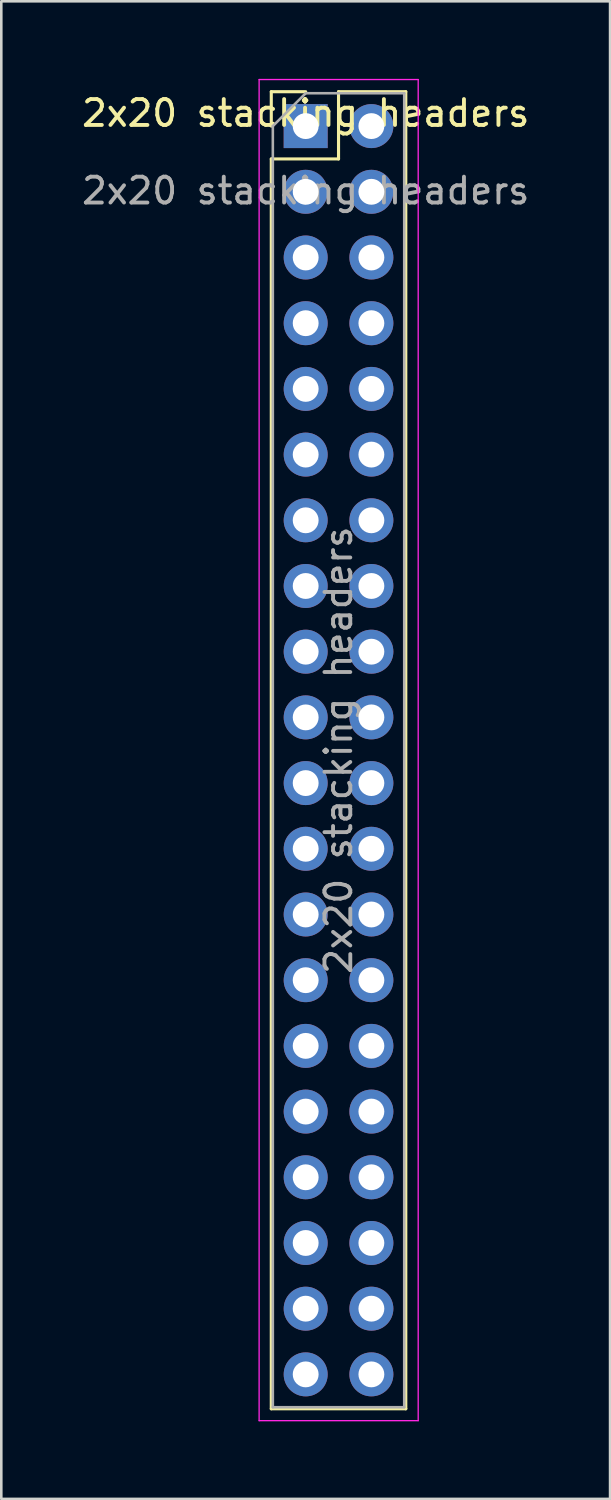
<source format=kicad_pcb>
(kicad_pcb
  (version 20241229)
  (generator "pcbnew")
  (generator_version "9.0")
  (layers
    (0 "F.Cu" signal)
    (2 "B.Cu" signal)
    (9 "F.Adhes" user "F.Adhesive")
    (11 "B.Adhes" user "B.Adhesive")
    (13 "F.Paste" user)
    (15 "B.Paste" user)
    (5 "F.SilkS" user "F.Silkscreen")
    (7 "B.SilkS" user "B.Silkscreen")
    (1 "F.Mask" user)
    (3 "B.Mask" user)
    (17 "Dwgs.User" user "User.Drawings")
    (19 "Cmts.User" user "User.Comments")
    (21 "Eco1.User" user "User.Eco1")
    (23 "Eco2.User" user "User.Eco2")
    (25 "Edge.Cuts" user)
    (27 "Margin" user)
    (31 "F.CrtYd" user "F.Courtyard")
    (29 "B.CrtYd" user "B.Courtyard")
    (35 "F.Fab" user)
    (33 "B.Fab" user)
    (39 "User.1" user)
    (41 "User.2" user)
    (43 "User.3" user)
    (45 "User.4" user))
  (footprint "2x20 stacking headers"
    (layer "F.Cu")
    (at 8.768 1.825)
    (property "Reference" "2x20 stacking headers" (at 0 -0.5 0) (unlocked yes) (layer "F.SilkS") (effects (font (size 1 1) (thickness 0.15))))
    (attr through_hole)
    (fp_line (start -1.33 -1.33) (end 0 -1.33) (stroke (width 0.12) (type solid)) (layer "F.SilkS"))
    (fp_line (start -1.33 0) (end -1.33 -1.33) (stroke (width 0.12) (type solid)) (layer "F.SilkS"))
    (fp_line (start -1.33 1.27) (end -1.33 49.59) (stroke (width 0.12) (type solid)) (layer "F.SilkS"))
    (fp_line (start -1.33 1.27) (end 1.27 1.27) (stroke (width 0.12) (type solid)) (layer "F.SilkS"))
    (fp_line (start -1.33 49.59) (end 3.87 49.59) (stroke (width 0.12) (type solid)) (layer "F.SilkS"))
    (fp_line (start 1.27 -1.33) (end 3.87 -1.33) (stroke (width 0.12) (type solid)) (layer "F.SilkS"))
    (fp_line (start 1.27 1.27) (end 1.27 -1.33) (stroke (width 0.12) (type solid)) (layer "F.SilkS"))
    (fp_line (start 3.87 -1.33) (end 3.87 49.59) (stroke (width 0.12) (type solid)) (layer "F.SilkS"))
    (fp_line (start -1.8 -1.8) (end -1.8 50.05) (stroke (width 0.05) (type solid)) (layer "F.CrtYd"))
    (fp_line (start -1.8 50.05) (end 4.35 50.05) (stroke (width 0.05) (type solid)) (layer "F.CrtYd"))
    (fp_line (start 4.35 -1.8) (end -1.8 -1.8) (stroke (width 0.05) (type solid)) (layer "F.CrtYd"))
    (fp_line (start 4.35 50.05) (end 4.35 -1.8) (stroke (width 0.05) (type solid)) (layer "F.CrtYd"))
    (fp_line (start -1.27 0) (end 0 -1.27) (stroke (width 0.1) (type solid)) (layer "F.Fab"))
    (fp_line (start -1.27 49.53) (end -1.27 0) (stroke (width 0.1) (type solid)) (layer "F.Fab"))
    (fp_line (start 0 -1.27) (end 3.81 -1.27) (stroke (width 0.1) (type solid)) (layer "F.Fab"))
    (fp_line (start 3.81 -1.27) (end 3.81 49.53) (stroke (width 0.1) (type solid)) (layer "F.Fab"))
    (fp_line (start 3.81 49.53) (end -1.27 49.53) (stroke (width 0.1) (type solid)) (layer "F.Fab"))
    (fp_text user "${REFERENCE}" (at 1.27 24.13 90) (layer "F.Fab") (effects (font (size 1 1) (thickness 0.15))))
    (fp_text user "${REFERENCE}" (at 0 2.5 0) (unlocked yes) (layer "F.Fab") (effects (font (size 1 1) (thickness 0.15))))
    (pad "1" thru_hole rect (at 0 0) (size 1.7 1.7) (drill 1) (layers "*.Cu" "*.Mask"))
    (pad "2" thru_hole oval (at 2.54 0) (size 1.7 1.7) (drill 1) (layers "*.Cu" "*.Mask"))
    (pad "3" thru_hole oval (at 0 2.54) (size 1.7 1.7) (drill 1) (layers "*.Cu" "*.Mask"))
    (pad "4" thru_hole oval (at 2.54 2.54) (size 1.7 1.7) (drill 1) (layers "*.Cu" "*.Mask"))
    (pad "5" thru_hole oval (at 0 5.08) (size 1.7 1.7) (drill 1) (layers "*.Cu" "*.Mask"))
    (pad "6" thru_hole oval (at 2.54 5.08) (size 1.7 1.7) (drill 1) (layers "*.Cu" "*.Mask"))
    (pad "7" thru_hole oval (at 0 7.62) (size 1.7 1.7) (drill 1) (layers "*.Cu" "*.Mask"))
    (pad "8" thru_hole oval (at 2.54 7.62) (size 1.7 1.7) (drill 1) (layers "*.Cu" "*.Mask"))
    (pad "9" thru_hole oval (at 0 10.16) (size 1.7 1.7) (drill 1) (layers "*.Cu" "*.Mask"))
    (pad "10" thru_hole oval (at 2.54 10.16) (size 1.7 1.7) (drill 1) (layers "*.Cu" "*.Mask"))
    (pad "11" thru_hole oval (at 0 12.7) (size 1.7 1.7) (drill 1) (layers "*.Cu" "*.Mask"))
    (pad "12" thru_hole oval (at 2.54 12.7) (size 1.7 1.7) (drill 1) (layers "*.Cu" "*.Mask"))
    (pad "13" thru_hole oval (at 0 15.24) (size 1.7 1.7) (drill 1) (layers "*.Cu" "*.Mask"))
    (pad "14" thru_hole oval (at 2.54 15.24) (size 1.7 1.7) (drill 1) (layers "*.Cu" "*.Mask"))
    (pad "15" thru_hole oval (at 0 17.78) (size 1.7 1.7) (drill 1) (layers "*.Cu" "*.Mask"))
    (pad "16" thru_hole oval (at 2.54 17.78) (size 1.7 1.7) (drill 1) (layers "*.Cu" "*.Mask"))
    (pad "17" thru_hole oval (at 0 20.32) (size 1.7 1.7) (drill 1) (layers "*.Cu" "*.Mask"))
    (pad "18" thru_hole oval (at 2.54 20.32) (size 1.7 1.7) (drill 1) (layers "*.Cu" "*.Mask"))
    (pad "19" thru_hole oval (at 0 22.86) (size 1.7 1.7) (drill 1) (layers "*.Cu" "*.Mask"))
    (pad "20" thru_hole oval (at 2.54 22.86) (size 1.7 1.7) (drill 1) (layers "*.Cu" "*.Mask"))
    (pad "21" thru_hole oval (at 0 25.4) (size 1.7 1.7) (drill 1) (layers "*.Cu" "*.Mask"))
    (pad "22" thru_hole oval (at 2.54 25.4) (size 1.7 1.7) (drill 1) (layers "*.Cu" "*.Mask"))
    (pad "23" thru_hole oval (at 0 27.94) (size 1.7 1.7) (drill 1) (layers "*.Cu" "*.Mask"))
    (pad "24" thru_hole oval (at 2.54 27.94) (size 1.7 1.7) (drill 1) (layers "*.Cu" "*.Mask"))
    (pad "25" thru_hole oval (at 0 30.48) (size 1.7 1.7) (drill 1) (layers "*.Cu" "*.Mask"))
    (pad "26" thru_hole oval (at 2.54 30.48) (size 1.7 1.7) (drill 1) (layers "*.Cu" "*.Mask"))
    (pad "27" thru_hole oval (at 0 33.02) (size 1.7 1.7) (drill 1) (layers "*.Cu" "*.Mask"))
    (pad "28" thru_hole oval (at 2.54 33.02) (size 1.7 1.7) (drill 1) (layers "*.Cu" "*.Mask"))
    (pad "29" thru_hole oval (at 0 35.56) (size 1.7 1.7) (drill 1) (layers "*.Cu" "*.Mask"))
    (pad "30" thru_hole oval (at 2.54 35.56) (size 1.7 1.7) (drill 1) (layers "*.Cu" "*.Mask"))
    (pad "31" thru_hole oval (at 0 38.1) (size 1.7 1.7) (drill 1) (layers "*.Cu" "*.Mask"))
    (pad "32" thru_hole oval (at 2.54 38.1) (size 1.7 1.7) (drill 1) (layers "*.Cu" "*.Mask"))
    (pad "33" thru_hole oval (at 0 40.64) (size 1.7 1.7) (drill 1) (layers "*.Cu" "*.Mask"))
    (pad "34" thru_hole oval (at 2.54 40.64) (size 1.7 1.7) (drill 1) (layers "*.Cu" "*.Mask"))
    (pad "35" thru_hole oval (at 0 43.18) (size 1.7 1.7) (drill 1) (layers "*.Cu" "*.Mask"))
    (pad "36" thru_hole oval (at 2.54 43.18) (size 1.7 1.7) (drill 1) (layers "*.Cu" "*.Mask"))
    (pad "37" thru_hole oval (at 0 45.72) (size 1.7 1.7) (drill 1) (layers "*.Cu" "*.Mask"))
    (pad "38" thru_hole oval (at 2.54 45.72) (size 1.7 1.7) (drill 1) (layers "*.Cu" "*.Mask"))
    (pad "39" thru_hole oval (at 0 48.26) (size 1.7 1.7) (drill 1) (layers "*.Cu" "*.Mask"))
    (pad "40" thru_hole oval (at 2.54 48.26) (size 1.7 1.7) (drill 1) (layers "*.Cu" "*.Mask")))
  (gr_rect
    (start -3 -3)
    (end 20.536 54.9)
    (stroke (width 0.1) (type default))
    (fill no)
    (layer "Edge.Cuts")))
</source>
